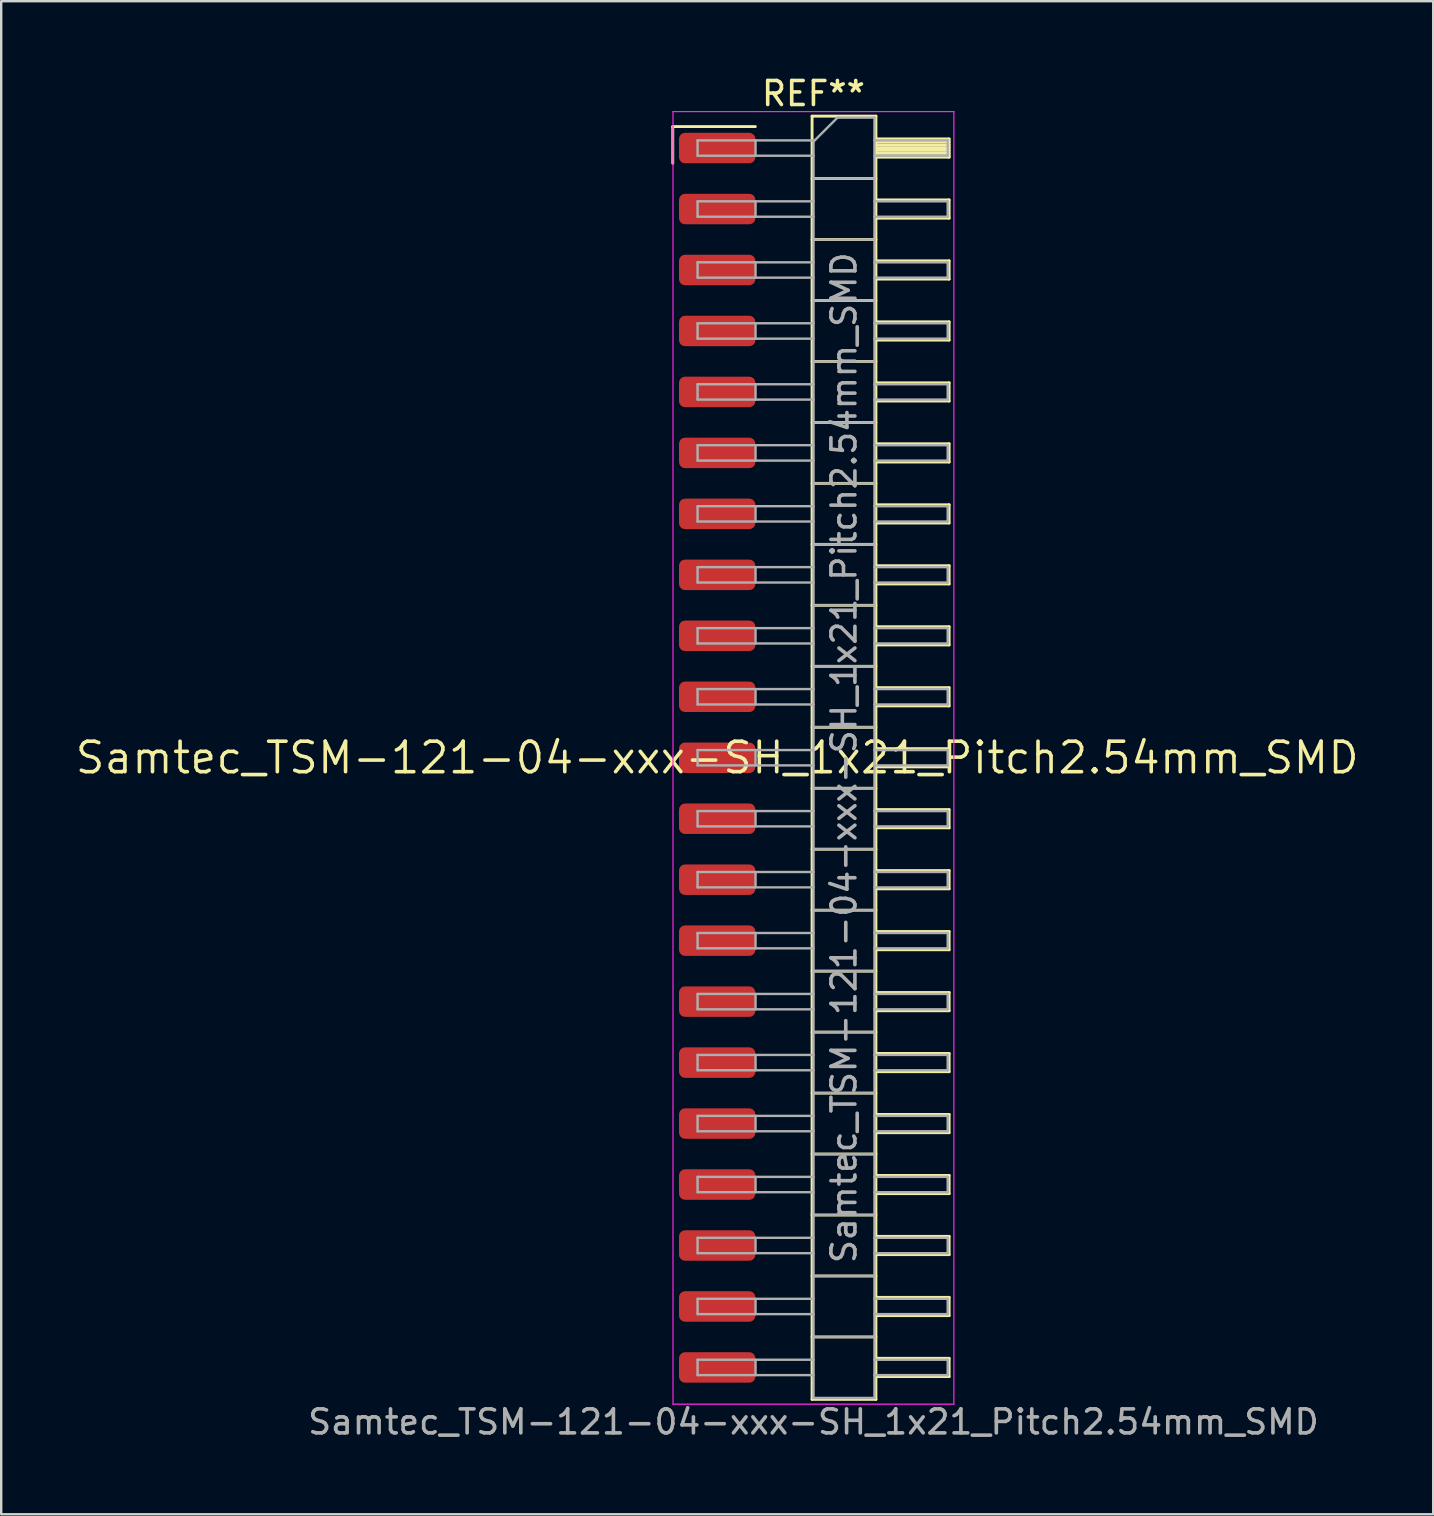
<source format=kicad_pcb>
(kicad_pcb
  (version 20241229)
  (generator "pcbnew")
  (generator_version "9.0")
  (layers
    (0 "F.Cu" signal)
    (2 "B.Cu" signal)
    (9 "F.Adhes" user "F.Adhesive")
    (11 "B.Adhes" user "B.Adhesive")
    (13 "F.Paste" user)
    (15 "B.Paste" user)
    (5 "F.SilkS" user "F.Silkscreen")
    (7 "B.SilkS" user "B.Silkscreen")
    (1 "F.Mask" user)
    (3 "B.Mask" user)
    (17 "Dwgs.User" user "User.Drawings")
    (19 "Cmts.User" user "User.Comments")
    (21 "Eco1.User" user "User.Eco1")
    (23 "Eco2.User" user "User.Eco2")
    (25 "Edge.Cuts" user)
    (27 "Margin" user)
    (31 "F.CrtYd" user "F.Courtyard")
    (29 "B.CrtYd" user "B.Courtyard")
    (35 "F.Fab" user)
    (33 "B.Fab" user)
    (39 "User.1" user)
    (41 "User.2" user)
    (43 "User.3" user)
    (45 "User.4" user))
  (footprint "Samtec_TSM-121-04-xxx-SH_1x21_Pitch2.54mm_SMD"
    (layer "F.Cu")
    (at 26.828 28.518)
    (property "Reference" "Samtec_TSM-121-04-xxx-SH_1x21_Pitch2.54mm_SMD" (at 0 0 0) (layer "F.SilkS") (effects (font (size 1.27 1.27) (thickness 0.15))))
    (attr smd)
    (fp_line (start -1.85 -26.295) (end 1.59 -26.295) (stroke (width 0.12) (type solid)) (layer "F.SilkS"))
    (fp_line (start -1.85 -24.765) (end -1.85 -26.295) (stroke (width 0.12) (type solid)) (layer "F.SilkS"))
    (fp_line (start 3.953 -26.73) (end 6.613 -26.73) (stroke (width 0.12) (type solid)) (layer "F.SilkS"))
    (fp_line (start 3.953 -24.13) (end 6.613 -24.13) (stroke (width 0.12) (type solid)) (layer "F.SilkS"))
    (fp_line (start 3.953 -21.59) (end 6.613 -21.59) (stroke (width 0.12) (type solid)) (layer "F.SilkS"))
    (fp_line (start 3.953 -19.05) (end 6.613 -19.05) (stroke (width 0.12) (type solid)) (layer "F.SilkS"))
    (fp_line (start 3.953 -16.51) (end 6.613 -16.51) (stroke (width 0.12) (type solid)) (layer "F.SilkS"))
    (fp_line (start 3.953 -13.97) (end 6.613 -13.97) (stroke (width 0.12) (type solid)) (layer "F.SilkS"))
    (fp_line (start 3.953 -11.43) (end 6.613 -11.43) (stroke (width 0.12) (type solid)) (layer "F.SilkS"))
    (fp_line (start 3.953 -8.89) (end 6.613 -8.89) (stroke (width 0.12) (type solid)) (layer "F.SilkS"))
    (fp_line (start 3.953 -6.35) (end 6.613 -6.35) (stroke (width 0.12) (type solid)) (layer "F.SilkS"))
    (fp_line (start 3.953 -3.81) (end 6.613 -3.81) (stroke (width 0.12) (type solid)) (layer "F.SilkS"))
    (fp_line (start 3.953 -1.27) (end 6.613 -1.27) (stroke (width 0.12) (type solid)) (layer "F.SilkS"))
    (fp_line (start 3.953 1.27) (end 6.613 1.27) (stroke (width 0.12) (type solid)) (layer "F.SilkS"))
    (fp_line (start 3.953 3.81) (end 6.613 3.81) (stroke (width 0.12) (type solid)) (layer "F.SilkS"))
    (fp_line (start 3.953 6.35) (end 6.613 6.35) (stroke (width 0.12) (type solid)) (layer "F.SilkS"))
    (fp_line (start 3.953 8.89) (end 6.613 8.89) (stroke (width 0.12) (type solid)) (layer "F.SilkS"))
    (fp_line (start 3.953 11.43) (end 6.613 11.43) (stroke (width 0.12) (type solid)) (layer "F.SilkS"))
    (fp_line (start 3.953 13.97) (end 6.613 13.97) (stroke (width 0.12) (type solid)) (layer "F.SilkS"))
    (fp_line (start 3.953 16.51) (end 6.613 16.51) (stroke (width 0.12) (type solid)) (layer "F.SilkS"))
    (fp_line (start 3.953 19.05) (end 6.613 19.05) (stroke (width 0.12) (type solid)) (layer "F.SilkS"))
    (fp_line (start 3.953 21.59) (end 6.613 21.59) (stroke (width 0.12) (type solid)) (layer "F.SilkS"))
    (fp_line (start 3.953 24.13) (end 6.613 24.13) (stroke (width 0.12) (type solid)) (layer "F.SilkS"))
    (fp_line (start 3.953 26.73) (end 3.953 -26.73) (stroke (width 0.12) (type solid)) (layer "F.SilkS"))
    (fp_line (start 6.613 -26.73) (end 6.613 26.73) (stroke (width 0.12) (type solid)) (layer "F.SilkS"))
    (fp_line (start 6.613 -25.78) (end 9.663 -25.78) (stroke (width 0.12) (type solid)) (layer "F.SilkS"))
    (fp_line (start 6.613 -25.66) (end 9.663 -25.66) (stroke (width 0.12) (type solid)) (layer "F.SilkS"))
    (fp_line (start 6.613 -25.54) (end 9.663 -25.54) (stroke (width 0.12) (type solid)) (layer "F.SilkS"))
    (fp_line (start 6.613 -25.42) (end 9.663 -25.42) (stroke (width 0.12) (type solid)) (layer "F.SilkS"))
    (fp_line (start 6.613 -25.3) (end 9.663 -25.3) (stroke (width 0.12) (type solid)) (layer "F.SilkS"))
    (fp_line (start 6.613 -25.18) (end 9.663 -25.18) (stroke (width 0.12) (type solid)) (layer "F.SilkS"))
    (fp_line (start 6.613 -25.06) (end 9.663 -25.06) (stroke (width 0.12) (type solid)) (layer "F.SilkS"))
    (fp_line (start 6.613 -25.02) (end 9.663 -25.02) (stroke (width 0.12) (type solid)) (layer "F.SilkS"))
    (fp_line (start 6.613 -23.24) (end 9.663 -23.24) (stroke (width 0.12) (type solid)) (layer "F.SilkS"))
    (fp_line (start 6.613 -22.48) (end 9.663 -22.48) (stroke (width 0.12) (type solid)) (layer "F.SilkS"))
    (fp_line (start 6.613 -20.7) (end 9.663 -20.7) (stroke (width 0.12) (type solid)) (layer "F.SilkS"))
    (fp_line (start 6.613 -19.94) (end 9.663 -19.94) (stroke (width 0.12) (type solid)) (layer "F.SilkS"))
    (fp_line (start 6.613 -18.16) (end 9.663 -18.16) (stroke (width 0.12) (type solid)) (layer "F.SilkS"))
    (fp_line (start 6.613 -17.4) (end 9.663 -17.4) (stroke (width 0.12) (type solid)) (layer "F.SilkS"))
    (fp_line (start 6.613 -15.62) (end 9.663 -15.62) (stroke (width 0.12) (type solid)) (layer "F.SilkS"))
    (fp_line (start 6.613 -14.86) (end 9.663 -14.86) (stroke (width 0.12) (type solid)) (layer "F.SilkS"))
    (fp_line (start 6.613 -13.08) (end 9.663 -13.08) (stroke (width 0.12) (type solid)) (layer "F.SilkS"))
    (fp_line (start 6.613 -12.32) (end 9.663 -12.32) (stroke (width 0.12) (type solid)) (layer "F.SilkS"))
    (fp_line (start 6.613 -10.54) (end 9.663 -10.54) (stroke (width 0.12) (type solid)) (layer "F.SilkS"))
    (fp_line (start 6.613 -9.78) (end 9.663 -9.78) (stroke (width 0.12) (type solid)) (layer "F.SilkS"))
    (fp_line (start 6.613 -8) (end 9.663 -8) (stroke (width 0.12) (type solid)) (layer "F.SilkS"))
    (fp_line (start 6.613 -7.24) (end 9.663 -7.24) (stroke (width 0.12) (type solid)) (layer "F.SilkS"))
    (fp_line (start 6.613 -5.46) (end 9.663 -5.46) (stroke (width 0.12) (type solid)) (layer "F.SilkS"))
    (fp_line (start 6.613 -4.7) (end 9.663 -4.7) (stroke (width 0.12) (type solid)) (layer "F.SilkS"))
    (fp_line (start 6.613 -2.92) (end 9.663 -2.92) (stroke (width 0.12) (type solid)) (layer "F.SilkS"))
    (fp_line (start 6.613 -2.16) (end 9.663 -2.16) (stroke (width 0.12) (type solid)) (layer "F.SilkS"))
    (fp_line (start 6.613 -0.38) (end 9.663 -0.38) (stroke (width 0.12) (type solid)) (layer "F.SilkS"))
    (fp_line (start 6.613 0.38) (end 9.663 0.38) (stroke (width 0.12) (type solid)) (layer "F.SilkS"))
    (fp_line (start 6.613 2.16) (end 9.663 2.16) (stroke (width 0.12) (type solid)) (layer "F.SilkS"))
    (fp_line (start 6.613 2.92) (end 9.663 2.92) (stroke (width 0.12) (type solid)) (layer "F.SilkS"))
    (fp_line (start 6.613 4.7) (end 9.663 4.7) (stroke (width 0.12) (type solid)) (layer "F.SilkS"))
    (fp_line (start 6.613 5.46) (end 9.663 5.46) (stroke (width 0.12) (type solid)) (layer "F.SilkS"))
    (fp_line (start 6.613 7.24) (end 9.663 7.24) (stroke (width 0.12) (type solid)) (layer "F.SilkS"))
    (fp_line (start 6.613 8) (end 9.663 8) (stroke (width 0.12) (type solid)) (layer "F.SilkS"))
    (fp_line (start 6.613 9.78) (end 9.663 9.78) (stroke (width 0.12) (type solid)) (layer "F.SilkS"))
    (fp_line (start 6.613 10.54) (end 9.663 10.54) (stroke (width 0.12) (type solid)) (layer "F.SilkS"))
    (fp_line (start 6.613 12.32) (end 9.663 12.32) (stroke (width 0.12) (type solid)) (layer "F.SilkS"))
    (fp_line (start 6.613 13.08) (end 9.663 13.08) (stroke (width 0.12) (type solid)) (layer "F.SilkS"))
    (fp_line (start 6.613 14.86) (end 9.663 14.86) (stroke (width 0.12) (type solid)) (layer "F.SilkS"))
    (fp_line (start 6.613 15.62) (end 9.663 15.62) (stroke (width 0.12) (type solid)) (layer "F.SilkS"))
    (fp_line (start 6.613 17.4) (end 9.663 17.4) (stroke (width 0.12) (type solid)) (layer "F.SilkS"))
    (fp_line (start 6.613 18.16) (end 9.663 18.16) (stroke (width 0.12) (type solid)) (layer "F.SilkS"))
    (fp_line (start 6.613 19.94) (end 9.663 19.94) (stroke (width 0.12) (type solid)) (layer "F.SilkS"))
    (fp_line (start 6.613 20.7) (end 9.663 20.7) (stroke (width 0.12) (type solid)) (layer "F.SilkS"))
    (fp_line (start 6.613 22.48) (end 9.663 22.48) (stroke (width 0.12) (type solid)) (layer "F.SilkS"))
    (fp_line (start 6.613 23.24) (end 9.663 23.24) (stroke (width 0.12) (type solid)) (layer "F.SilkS"))
    (fp_line (start 6.613 25.02) (end 9.663 25.02) (stroke (width 0.12) (type solid)) (layer "F.SilkS"))
    (fp_line (start 6.613 25.78) (end 9.663 25.78) (stroke (width 0.12) (type solid)) (layer "F.SilkS"))
    (fp_line (start 6.613 26.73) (end 3.953 26.73) (stroke (width 0.12) (type solid)) (layer "F.SilkS"))
    (fp_line (start 9.663 -25.78) (end 9.663 -25.02) (stroke (width 0.12) (type solid)) (layer "F.SilkS"))
    (fp_line (start 9.663 -23.24) (end 9.663 -22.48) (stroke (width 0.12) (type solid)) (layer "F.SilkS"))
    (fp_line (start 9.663 -20.7) (end 9.663 -19.94) (stroke (width 0.12) (type solid)) (layer "F.SilkS"))
    (fp_line (start 9.663 -18.16) (end 9.663 -17.4) (stroke (width 0.12) (type solid)) (layer "F.SilkS"))
    (fp_line (start 9.663 -15.62) (end 9.663 -14.86) (stroke (width 0.12) (type solid)) (layer "F.SilkS"))
    (fp_line (start 9.663 -13.08) (end 9.663 -12.32) (stroke (width 0.12) (type solid)) (layer "F.SilkS"))
    (fp_line (start 9.663 -10.54) (end 9.663 -9.78) (stroke (width 0.12) (type solid)) (layer "F.SilkS"))
    (fp_line (start 9.663 -8) (end 9.663 -7.24) (stroke (width 0.12) (type solid)) (layer "F.SilkS"))
    (fp_line (start 9.663 -5.46) (end 9.663 -4.7) (stroke (width 0.12) (type solid)) (layer "F.SilkS"))
    (fp_line (start 9.663 -2.92) (end 9.663 -2.16) (stroke (width 0.12) (type solid)) (layer "F.SilkS"))
    (fp_line (start 9.663 -0.38) (end 9.663 0.38) (stroke (width 0.12) (type solid)) (layer "F.SilkS"))
    (fp_line (start 9.663 2.16) (end 9.663 2.92) (stroke (width 0.12) (type solid)) (layer "F.SilkS"))
    (fp_line (start 9.663 4.7) (end 9.663 5.46) (stroke (width 0.12) (type solid)) (layer "F.SilkS"))
    (fp_line (start 9.663 7.24) (end 9.663 8) (stroke (width 0.12) (type solid)) (layer "F.SilkS"))
    (fp_line (start 9.663 9.78) (end 9.663 10.54) (stroke (width 0.12) (type solid)) (layer "F.SilkS"))
    (fp_line (start 9.663 12.32) (end 9.663 13.08) (stroke (width 0.12) (type solid)) (layer "F.SilkS"))
    (fp_line (start 9.663 14.86) (end 9.663 15.62) (stroke (width 0.12) (type solid)) (layer "F.SilkS"))
    (fp_line (start 9.663 17.4) (end 9.663 18.16) (stroke (width 0.12) (type solid)) (layer "F.SilkS"))
    (fp_line (start 9.663 19.94) (end 9.663 20.7) (stroke (width 0.12) (type solid)) (layer "F.SilkS"))
    (fp_line (start 9.663 22.48) (end 9.663 23.24) (stroke (width 0.12) (type solid)) (layer "F.SilkS"))
    (fp_line (start 9.663 25.02) (end 9.663 25.78) (stroke (width 0.12) (type solid)) (layer "F.SilkS"))
    (fp_line (start -1.84 -26.92) (end 9.86 -26.92) (stroke (width 0.05) (type solid)) (layer "F.CrtYd"))
    (fp_line (start -1.84 26.93) (end -1.84 -26.92) (stroke (width 0.05) (type solid)) (layer "F.CrtYd"))
    (fp_line (start 9.86 -26.92) (end 9.86 26.93) (stroke (width 0.05) (type solid)) (layer "F.CrtYd"))
    (fp_line (start 9.86 26.93) (end -1.84 26.93) (stroke (width 0.05) (type solid)) (layer "F.CrtYd"))
    (fp_line (start -0.817 -25.72) (end -0.817 -25.08) (stroke (width 0.1) (type solid)) (layer "F.Fab"))
    (fp_line (start -0.817 -25.72) (end 4.013 -25.72) (stroke (width 0.1) (type solid)) (layer "F.Fab"))
    (fp_line (start -0.817 -25.08) (end 4.013 -25.08) (stroke (width 0.1) (type solid)) (layer "F.Fab"))
    (fp_line (start -0.817 -23.18) (end -0.817 -22.54) (stroke (width 0.1) (type solid)) (layer "F.Fab"))
    (fp_line (start -0.817 -23.18) (end 4.013 -23.18) (stroke (width 0.1) (type solid)) (layer "F.Fab"))
    (fp_line (start -0.817 -22.54) (end 4.013 -22.54) (stroke (width 0.1) (type solid)) (layer "F.Fab"))
    (fp_line (start -0.817 -20.64) (end -0.817 -20) (stroke (width 0.1) (type solid)) (layer "F.Fab"))
    (fp_line (start -0.817 -20.64) (end 4.013 -20.64) (stroke (width 0.1) (type solid)) (layer "F.Fab"))
    (fp_line (start -0.817 -20) (end 4.013 -20) (stroke (width 0.1) (type solid)) (layer "F.Fab"))
    (fp_line (start -0.817 -18.1) (end -0.817 -17.46) (stroke (width 0.1) (type solid)) (layer "F.Fab"))
    (fp_line (start -0.817 -18.1) (end 4.013 -18.1) (stroke (width 0.1) (type solid)) (layer "F.Fab"))
    (fp_line (start -0.817 -17.46) (end 4.013 -17.46) (stroke (width 0.1) (type solid)) (layer "F.Fab"))
    (fp_line (start -0.817 -15.56) (end -0.817 -14.92) (stroke (width 0.1) (type solid)) (layer "F.Fab"))
    (fp_line (start -0.817 -15.56) (end 4.013 -15.56) (stroke (width 0.1) (type solid)) (layer "F.Fab"))
    (fp_line (start -0.817 -14.92) (end 4.013 -14.92) (stroke (width 0.1) (type solid)) (layer "F.Fab"))
    (fp_line (start -0.817 -13.02) (end -0.817 -12.38) (stroke (width 0.1) (type solid)) (layer "F.Fab"))
    (fp_line (start -0.817 -13.02) (end 4.013 -13.02) (stroke (width 0.1) (type solid)) (layer "F.Fab"))
    (fp_line (start -0.817 -12.38) (end 4.013 -12.38) (stroke (width 0.1) (type solid)) (layer "F.Fab"))
    (fp_line (start -0.817 -10.48) (end -0.817 -9.84) (stroke (width 0.1) (type solid)) (layer "F.Fab"))
    (fp_line (start -0.817 -10.48) (end 4.013 -10.48) (stroke (width 0.1) (type solid)) (layer "F.Fab"))
    (fp_line (start -0.817 -9.84) (end 4.013 -9.84) (stroke (width 0.1) (type solid)) (layer "F.Fab"))
    (fp_line (start -0.817 -7.94) (end -0.817 -7.3) (stroke (width 0.1) (type solid)) (layer "F.Fab"))
    (fp_line (start -0.817 -7.94) (end 4.013 -7.94) (stroke (width 0.1) (type solid)) (layer "F.Fab"))
    (fp_line (start -0.817 -7.3) (end 4.013 -7.3) (stroke (width 0.1) (type solid)) (layer "F.Fab"))
    (fp_line (start -0.817 -5.4) (end -0.817 -4.76) (stroke (width 0.1) (type solid)) (layer "F.Fab"))
    (fp_line (start -0.817 -5.4) (end 4.013 -5.4) (stroke (width 0.1) (type solid)) (layer "F.Fab"))
    (fp_line (start -0.817 -4.76) (end 4.013 -4.76) (stroke (width 0.1) (type solid)) (layer "F.Fab"))
    (fp_line (start -0.817 -2.86) (end -0.817 -2.22) (stroke (width 0.1) (type solid)) (layer "F.Fab"))
    (fp_line (start -0.817 -2.86) (end 4.013 -2.86) (stroke (width 0.1) (type solid)) (layer "F.Fab"))
    (fp_line (start -0.817 -2.22) (end 4.013 -2.22) (stroke (width 0.1) (type solid)) (layer "F.Fab"))
    (fp_line (start -0.817 -0.32) (end -0.817 0.32) (stroke (width 0.1) (type solid)) (layer "F.Fab"))
    (fp_line (start -0.817 -0.32) (end 4.013 -0.32) (stroke (width 0.1) (type solid)) (layer "F.Fab"))
    (fp_line (start -0.817 0.32) (end 4.013 0.32) (stroke (width 0.1) (type solid)) (layer "F.Fab"))
    (fp_line (start -0.817 2.22) (end -0.817 2.86) (stroke (width 0.1) (type solid)) (layer "F.Fab"))
    (fp_line (start -0.817 2.22) (end 4.013 2.22) (stroke (width 0.1) (type solid)) (layer "F.Fab"))
    (fp_line (start -0.817 2.86) (end 4.013 2.86) (stroke (width 0.1) (type solid)) (layer "F.Fab"))
    (fp_line (start -0.817 4.76) (end -0.817 5.4) (stroke (width 0.1) (type solid)) (layer "F.Fab"))
    (fp_line (start -0.817 4.76) (end 4.013 4.76) (stroke (width 0.1) (type solid)) (layer "F.Fab"))
    (fp_line (start -0.817 5.4) (end 4.013 5.4) (stroke (width 0.1) (type solid)) (layer "F.Fab"))
    (fp_line (start -0.817 7.3) (end -0.817 7.94) (stroke (width 0.1) (type solid)) (layer "F.Fab"))
    (fp_line (start -0.817 7.3) (end 4.013 7.3) (stroke (width 0.1) (type solid)) (layer "F.Fab"))
    (fp_line (start -0.817 7.94) (end 4.013 7.94) (stroke (width 0.1) (type solid)) (layer "F.Fab"))
    (fp_line (start -0.817 9.84) (end -0.817 10.48) (stroke (width 0.1) (type solid)) (layer "F.Fab"))
    (fp_line (start -0.817 9.84) (end 4.013 9.84) (stroke (width 0.1) (type solid)) (layer "F.Fab"))
    (fp_line (start -0.817 10.48) (end 4.013 10.48) (stroke (width 0.1) (type solid)) (layer "F.Fab"))
    (fp_line (start -0.817 12.38) (end -0.817 13.02) (stroke (width 0.1) (type solid)) (layer "F.Fab"))
    (fp_line (start -0.817 12.38) (end 4.013 12.38) (stroke (width 0.1) (type solid)) (layer "F.Fab"))
    (fp_line (start -0.817 13.02) (end 4.013 13.02) (stroke (width 0.1) (type solid)) (layer "F.Fab"))
    (fp_line (start -0.817 14.92) (end -0.817 15.56) (stroke (width 0.1) (type solid)) (layer "F.Fab"))
    (fp_line (start -0.817 14.92) (end 4.013 14.92) (stroke (width 0.1) (type solid)) (layer "F.Fab"))
    (fp_line (start -0.817 15.56) (end 4.013 15.56) (stroke (width 0.1) (type solid)) (layer "F.Fab"))
    (fp_line (start -0.817 17.46) (end -0.817 18.1) (stroke (width 0.1) (type solid)) (layer "F.Fab"))
    (fp_line (start -0.817 17.46) (end 4.013 17.46) (stroke (width 0.1) (type solid)) (layer "F.Fab"))
    (fp_line (start -0.817 18.1) (end 4.013 18.1) (stroke (width 0.1) (type solid)) (layer "F.Fab"))
    (fp_line (start -0.817 20) (end -0.817 20.64) (stroke (width 0.1) (type solid)) (layer "F.Fab"))
    (fp_line (start -0.817 20) (end 4.013 20) (stroke (width 0.1) (type solid)) (layer "F.Fab"))
    (fp_line (start -0.817 20.64) (end 4.013 20.64) (stroke (width 0.1) (type solid)) (layer "F.Fab"))
    (fp_line (start -0.817 22.54) (end -0.817 23.18) (stroke (width 0.1) (type solid)) (layer "F.Fab"))
    (fp_line (start -0.817 22.54) (end 4.013 22.54) (stroke (width 0.1) (type solid)) (layer "F.Fab"))
    (fp_line (start -0.817 23.18) (end 4.013 23.18) (stroke (width 0.1) (type solid)) (layer "F.Fab"))
    (fp_line (start -0.817 25.08) (end -0.817 25.72) (stroke (width 0.1) (type solid)) (layer "F.Fab"))
    (fp_line (start -0.817 25.08) (end 4.013 25.08) (stroke (width 0.1) (type solid)) (layer "F.Fab"))
    (fp_line (start -0.817 25.72) (end 4.013 25.72) (stroke (width 0.1) (type solid)) (layer "F.Fab"))
    (fp_line (start 1.598 -25.72) (end 1.598 -25.08) (stroke (width 0.1) (type solid)) (layer "F.Fab"))
    (fp_line (start 1.598 -23.18) (end 1.598 -22.54) (stroke (width 0.1) (type solid)) (layer "F.Fab"))
    (fp_line (start 1.598 -20.64) (end 1.598 -20) (stroke (width 0.1) (type solid)) (layer "F.Fab"))
    (fp_line (start 1.598 -18.1) (end 1.598 -17.46) (stroke (width 0.1) (type solid)) (layer "F.Fab"))
    (fp_line (start 1.598 -15.56) (end 1.598 -14.92) (stroke (width 0.1) (type solid)) (layer "F.Fab"))
    (fp_line (start 1.598 -13.02) (end 1.598 -12.38) (stroke (width 0.1) (type solid)) (layer "F.Fab"))
    (fp_line (start 1.598 -10.48) (end 1.598 -9.84) (stroke (width 0.1) (type solid)) (layer "F.Fab"))
    (fp_line (start 1.598 -7.94) (end 1.598 -7.3) (stroke (width 0.1) (type solid)) (layer "F.Fab"))
    (fp_line (start 1.598 -5.4) (end 1.598 -4.76) (stroke (width 0.1) (type solid)) (layer "F.Fab"))
    (fp_line (start 1.598 -2.86) (end 1.598 -2.22) (stroke (width 0.1) (type solid)) (layer "F.Fab"))
    (fp_line (start 1.598 -0.32) (end 1.598 0.32) (stroke (width 0.1) (type solid)) (layer "F.Fab"))
    (fp_line (start 1.598 2.22) (end 1.598 2.86) (stroke (width 0.1) (type solid)) (layer "F.Fab"))
    (fp_line (start 1.598 4.76) (end 1.598 5.4) (stroke (width 0.1) (type solid)) (layer "F.Fab"))
    (fp_line (start 1.598 7.3) (end 1.598 7.94) (stroke (width 0.1) (type solid)) (layer "F.Fab"))
    (fp_line (start 1.598 9.84) (end 1.598 10.48) (stroke (width 0.1) (type solid)) (layer "F.Fab"))
    (fp_line (start 1.598 12.38) (end 1.598 13.02) (stroke (width 0.1) (type solid)) (layer "F.Fab"))
    (fp_line (start 1.598 14.92) (end 1.598 15.56) (stroke (width 0.1) (type solid)) (layer "F.Fab"))
    (fp_line (start 1.598 17.46) (end 1.598 18.1) (stroke (width 0.1) (type solid)) (layer "F.Fab"))
    (fp_line (start 1.598 20) (end 1.598 20.64) (stroke (width 0.1) (type solid)) (layer "F.Fab"))
    (fp_line (start 1.598 22.54) (end 1.598 23.18) (stroke (width 0.1) (type solid)) (layer "F.Fab"))
    (fp_line (start 1.598 25.08) (end 1.598 25.72) (stroke (width 0.1) (type solid)) (layer "F.Fab"))
    (fp_line (start 4.013 -25.67) (end 5.013 -26.67) (stroke (width 0.1) (type solid)) (layer "F.Fab"))
    (fp_line (start 4.013 -24.13) (end 6.553 -24.13) (stroke (width 0.1) (type solid)) (layer "F.Fab"))
    (fp_line (start 4.013 -21.59) (end 6.553 -21.59) (stroke (width 0.1) (type solid)) (layer "F.Fab"))
    (fp_line (start 4.013 -19.05) (end 6.553 -19.05) (stroke (width 0.1) (type solid)) (layer "F.Fab"))
    (fp_line (start 4.013 -16.51) (end 6.553 -16.51) (stroke (width 0.1) (type solid)) (layer "F.Fab"))
    (fp_line (start 4.013 -13.97) (end 6.553 -13.97) (stroke (width 0.1) (type solid)) (layer "F.Fab"))
    (fp_line (start 4.013 -11.43) (end 6.553 -11.43) (stroke (width 0.1) (type solid)) (layer "F.Fab"))
    (fp_line (start 4.013 -8.89) (end 6.553 -8.89) (stroke (width 0.1) (type solid)) (layer "F.Fab"))
    (fp_line (start 4.013 -6.35) (end 6.553 -6.35) (stroke (width 0.1) (type solid)) (layer "F.Fab"))
    (fp_line (start 4.013 -3.81) (end 6.553 -3.81) (stroke (width 0.1) (type solid)) (layer "F.Fab"))
    (fp_line (start 4.013 -1.27) (end 6.553 -1.27) (stroke (width 0.1) (type solid)) (layer "F.Fab"))
    (fp_line (start 4.013 1.27) (end 6.553 1.27) (stroke (width 0.1) (type solid)) (layer "F.Fab"))
    (fp_line (start 4.013 3.81) (end 6.553 3.81) (stroke (width 0.1) (type solid)) (layer "F.Fab"))
    (fp_line (start 4.013 6.35) (end 6.553 6.35) (stroke (width 0.1) (type solid)) (layer "F.Fab"))
    (fp_line (start 4.013 8.89) (end 6.553 8.89) (stroke (width 0.1) (type solid)) (layer "F.Fab"))
    (fp_line (start 4.013 11.43) (end 6.553 11.43) (stroke (width 0.1) (type solid)) (layer "F.Fab"))
    (fp_line (start 4.013 13.97) (end 6.553 13.97) (stroke (width 0.1) (type solid)) (layer "F.Fab"))
    (fp_line (start 4.013 16.51) (end 6.553 16.51) (stroke (width 0.1) (type solid)) (layer "F.Fab"))
    (fp_line (start 4.013 19.05) (end 6.553 19.05) (stroke (width 0.1) (type solid)) (layer "F.Fab"))
    (fp_line (start 4.013 21.59) (end 6.553 21.59) (stroke (width 0.1) (type solid)) (layer "F.Fab"))
    (fp_line (start 4.013 24.13) (end 6.553 24.13) (stroke (width 0.1) (type solid)) (layer "F.Fab"))
    (fp_line (start 4.013 26.67) (end 4.013 -25.67) (stroke (width 0.1) (type solid)) (layer "F.Fab"))
    (fp_line (start 5.013 -26.67) (end 6.553 -26.67) (stroke (width 0.1) (type solid)) (layer "F.Fab"))
    (fp_line (start 6.553 -26.67) (end 6.553 26.67) (stroke (width 0.1) (type solid)) (layer "F.Fab"))
    (fp_line (start 6.553 -25.72) (end 9.603 -25.72) (stroke (width 0.1) (type solid)) (layer "F.Fab"))
    (fp_line (start 6.553 -25.08) (end 9.603 -25.08) (stroke (width 0.1) (type solid)) (layer "F.Fab"))
    (fp_line (start 6.553 -23.18) (end 9.603 -23.18) (stroke (width 0.1) (type solid)) (layer "F.Fab"))
    (fp_line (start 6.553 -22.54) (end 9.603 -22.54) (stroke (width 0.1) (type solid)) (layer "F.Fab"))
    (fp_line (start 6.553 -20.64) (end 9.603 -20.64) (stroke (width 0.1) (type solid)) (layer "F.Fab"))
    (fp_line (start 6.553 -20) (end 9.603 -20) (stroke (width 0.1) (type solid)) (layer "F.Fab"))
    (fp_line (start 6.553 -18.1) (end 9.603 -18.1) (stroke (width 0.1) (type solid)) (layer "F.Fab"))
    (fp_line (start 6.553 -17.46) (end 9.603 -17.46) (stroke (width 0.1) (type solid)) (layer "F.Fab"))
    (fp_line (start 6.553 -15.56) (end 9.603 -15.56) (stroke (width 0.1) (type solid)) (layer "F.Fab"))
    (fp_line (start 6.553 -14.92) (end 9.603 -14.92) (stroke (width 0.1) (type solid)) (layer "F.Fab"))
    (fp_line (start 6.553 -13.02) (end 9.603 -13.02) (stroke (width 0.1) (type solid)) (layer "F.Fab"))
    (fp_line (start 6.553 -12.38) (end 9.603 -12.38) (stroke (width 0.1) (type solid)) (layer "F.Fab"))
    (fp_line (start 6.553 -10.48) (end 9.603 -10.48) (stroke (width 0.1) (type solid)) (layer "F.Fab"))
    (fp_line (start 6.553 -9.84) (end 9.603 -9.84) (stroke (width 0.1) (type solid)) (layer "F.Fab"))
    (fp_line (start 6.553 -7.94) (end 9.603 -7.94) (stroke (width 0.1) (type solid)) (layer "F.Fab"))
    (fp_line (start 6.553 -7.3) (end 9.603 -7.3) (stroke (width 0.1) (type solid)) (layer "F.Fab"))
    (fp_line (start 6.553 -5.4) (end 9.603 -5.4) (stroke (width 0.1) (type solid)) (layer "F.Fab"))
    (fp_line (start 6.553 -4.76) (end 9.603 -4.76) (stroke (width 0.1) (type solid)) (layer "F.Fab"))
    (fp_line (start 6.553 -2.86) (end 9.603 -2.86) (stroke (width 0.1) (type solid)) (layer "F.Fab"))
    (fp_line (start 6.553 -2.22) (end 9.603 -2.22) (stroke (width 0.1) (type solid)) (layer "F.Fab"))
    (fp_line (start 6.553 -0.32) (end 9.603 -0.32) (stroke (width 0.1) (type solid)) (layer "F.Fab"))
    (fp_line (start 6.553 0.32) (end 9.603 0.32) (stroke (width 0.1) (type solid)) (layer "F.Fab"))
    (fp_line (start 6.553 2.22) (end 9.603 2.22) (stroke (width 0.1) (type solid)) (layer "F.Fab"))
    (fp_line (start 6.553 2.86) (end 9.603 2.86) (stroke (width 0.1) (type solid)) (layer "F.Fab"))
    (fp_line (start 6.553 4.76) (end 9.603 4.76) (stroke (width 0.1) (type solid)) (layer "F.Fab"))
    (fp_line (start 6.553 5.4) (end 9.603 5.4) (stroke (width 0.1) (type solid)) (layer "F.Fab"))
    (fp_line (start 6.553 7.3) (end 9.603 7.3) (stroke (width 0.1) (type solid)) (layer "F.Fab"))
    (fp_line (start 6.553 7.94) (end 9.603 7.94) (stroke (width 0.1) (type solid)) (layer "F.Fab"))
    (fp_line (start 6.553 9.84) (end 9.603 9.84) (stroke (width 0.1) (type solid)) (layer "F.Fab"))
    (fp_line (start 6.553 10.48) (end 9.603 10.48) (stroke (width 0.1) (type solid)) (layer "F.Fab"))
    (fp_line (start 6.553 12.38) (end 9.603 12.38) (stroke (width 0.1) (type solid)) (layer "F.Fab"))
    (fp_line (start 6.553 13.02) (end 9.603 13.02) (stroke (width 0.1) (type solid)) (layer "F.Fab"))
    (fp_line (start 6.553 14.92) (end 9.603 14.92) (stroke (width 0.1) (type solid)) (layer "F.Fab"))
    (fp_line (start 6.553 15.56) (end 9.603 15.56) (stroke (width 0.1) (type solid)) (layer "F.Fab"))
    (fp_line (start 6.553 17.46) (end 9.603 17.46) (stroke (width 0.1) (type solid)) (layer "F.Fab"))
    (fp_line (start 6.553 18.1) (end 9.603 18.1) (stroke (width 0.1) (type solid)) (layer "F.Fab"))
    (fp_line (start 6.553 20) (end 9.603 20) (stroke (width 0.1) (type solid)) (layer "F.Fab"))
    (fp_line (start 6.553 20.64) (end 9.603 20.64) (stroke (width 0.1) (type solid)) (layer "F.Fab"))
    (fp_line (start 6.553 22.54) (end 9.603 22.54) (stroke (width 0.1) (type solid)) (layer "F.Fab"))
    (fp_line (start 6.553 23.18) (end 9.603 23.18) (stroke (width 0.1) (type solid)) (layer "F.Fab"))
    (fp_line (start 6.553 25.08) (end 9.603 25.08) (stroke (width 0.1) (type solid)) (layer "F.Fab"))
    (fp_line (start 6.553 25.72) (end 9.603 25.72) (stroke (width 0.1) (type solid)) (layer "F.Fab"))
    (fp_line (start 6.553 26.67) (end 4.013 26.67) (stroke (width 0.1) (type solid)) (layer "F.Fab"))
    (fp_line (start 9.603 -25.72) (end 9.603 -25.08) (stroke (width 0.1) (type solid)) (layer "F.Fab"))
    (fp_line (start 9.603 -23.18) (end 9.603 -22.54) (stroke (width 0.1) (type solid)) (layer "F.Fab"))
    (fp_line (start 9.603 -20.64) (end 9.603 -20) (stroke (width 0.1) (type solid)) (layer "F.Fab"))
    (fp_line (start 9.603 -18.1) (end 9.603 -17.46) (stroke (width 0.1) (type solid)) (layer "F.Fab"))
    (fp_line (start 9.603 -15.56) (end 9.603 -14.92) (stroke (width 0.1) (type solid)) (layer "F.Fab"))
    (fp_line (start 9.603 -13.02) (end 9.603 -12.38) (stroke (width 0.1) (type solid)) (layer "F.Fab"))
    (fp_line (start 9.603 -10.48) (end 9.603 -9.84) (stroke (width 0.1) (type solid)) (layer "F.Fab"))
    (fp_line (start 9.603 -7.94) (end 9.603 -7.3) (stroke (width 0.1) (type solid)) (layer "F.Fab"))
    (fp_line (start 9.603 -5.4) (end 9.603 -4.76) (stroke (width 0.1) (type solid)) (layer "F.Fab"))
    (fp_line (start 9.603 -2.86) (end 9.603 -2.22) (stroke (width 0.1) (type solid)) (layer "F.Fab"))
    (fp_line (start 9.603 -0.32) (end 9.603 0.32) (stroke (width 0.1) (type solid)) (layer "F.Fab"))
    (fp_line (start 9.603 2.22) (end 9.603 2.86) (stroke (width 0.1) (type solid)) (layer "F.Fab"))
    (fp_line (start 9.603 4.76) (end 9.603 5.4) (stroke (width 0.1) (type solid)) (layer "F.Fab"))
    (fp_line (start 9.603 7.3) (end 9.603 7.94) (stroke (width 0.1) (type solid)) (layer "F.Fab"))
    (fp_line (start 9.603 9.84) (end 9.603 10.48) (stroke (width 0.1) (type solid)) (layer "F.Fab"))
    (fp_line (start 9.603 12.38) (end 9.603 13.02) (stroke (width 0.1) (type solid)) (layer "F.Fab"))
    (fp_line (start 9.603 14.92) (end 9.603 15.56) (stroke (width 0.1) (type solid)) (layer "F.Fab"))
    (fp_line (start 9.603 17.46) (end 9.603 18.1) (stroke (width 0.1) (type solid)) (layer "F.Fab"))
    (fp_line (start 9.603 20) (end 9.603 20.64) (stroke (width 0.1) (type solid)) (layer "F.Fab"))
    (fp_line (start 9.603 22.54) (end 9.603 23.18) (stroke (width 0.1) (type solid)) (layer "F.Fab"))
    (fp_line (start 9.603 25.08) (end 9.603 25.72) (stroke (width 0.1) (type solid)) (layer "F.Fab"))
    (fp_text user "REF**" (at 4.01 -27.67 0) (layer "F.SilkS") (effects (font (size 1 1) (thickness 0.15))))
    (fp_text user "Samtec_TSM-121-04-xxx-SH_1x21_Pitch2.54mm_SMD" (at 4.01 27.67 0) (layer "F.Fab") (effects (font (size 1 1) (thickness 0.15))))
    (fp_text user "${REFERENCE}" (at 5.283 0 90) (layer "F.Fab") (effects (font (size 1 1) (thickness 0.15))))
    (pad "1" smd roundrect (at 0 -25.4) (size 3.18 1.27) (layers "F.Cu" "F.Mask" "F.Paste") (roundrect_rratio 0.197))
    (pad "2" smd roundrect (at 0 -22.86) (size 3.18 1.27) (layers "F.Cu" "F.Mask" "F.Paste") (roundrect_rratio 0.197))
    (pad "3" smd roundrect (at 0 -20.32) (size 3.18 1.27) (layers "F.Cu" "F.Mask" "F.Paste") (roundrect_rratio 0.197))
    (pad "4" smd roundrect (at 0 -17.78) (size 3.18 1.27) (layers "F.Cu" "F.Mask" "F.Paste") (roundrect_rratio 0.197))
    (pad "5" smd roundrect (at 0 -15.24) (size 3.18 1.27) (layers "F.Cu" "F.Mask" "F.Paste") (roundrect_rratio 0.197))
    (pad "6" smd roundrect (at 0 -12.7) (size 3.18 1.27) (layers "F.Cu" "F.Mask" "F.Paste") (roundrect_rratio 0.197))
    (pad "7" smd roundrect (at 0 -10.16) (size 3.18 1.27) (layers "F.Cu" "F.Mask" "F.Paste") (roundrect_rratio 0.197))
    (pad "8" smd roundrect (at 0 -7.62) (size 3.18 1.27) (layers "F.Cu" "F.Mask" "F.Paste") (roundrect_rratio 0.197))
    (pad "9" smd roundrect (at 0 -5.08) (size 3.18 1.27) (layers "F.Cu" "F.Mask" "F.Paste") (roundrect_rratio 0.197))
    (pad "10" smd roundrect (at 0 -2.54) (size 3.18 1.27) (layers "F.Cu" "F.Mask" "F.Paste") (roundrect_rratio 0.197))
    (pad "11" smd roundrect (at 0 0) (size 3.18 1.27) (layers "F.Cu" "F.Mask" "F.Paste") (roundrect_rratio 0.197))
    (pad "12" smd roundrect (at 0 2.54) (size 3.18 1.27) (layers "F.Cu" "F.Mask" "F.Paste") (roundrect_rratio 0.197))
    (pad "13" smd roundrect (at 0 5.08) (size 3.18 1.27) (layers "F.Cu" "F.Mask" "F.Paste") (roundrect_rratio 0.197))
    (pad "14" smd roundrect (at 0 7.62) (size 3.18 1.27) (layers "F.Cu" "F.Mask" "F.Paste") (roundrect_rratio 0.197))
    (pad "15" smd roundrect (at 0 10.16) (size 3.18 1.27) (layers "F.Cu" "F.Mask" "F.Paste") (roundrect_rratio 0.197))
    (pad "16" smd roundrect (at 0 12.7) (size 3.18 1.27) (layers "F.Cu" "F.Mask" "F.Paste") (roundrect_rratio 0.197))
    (pad "17" smd roundrect (at 0 15.24) (size 3.18 1.27) (layers "F.Cu" "F.Mask" "F.Paste") (roundrect_rratio 0.197))
    (pad "18" smd roundrect (at 0 17.78) (size 3.18 1.27) (layers "F.Cu" "F.Mask" "F.Paste") (roundrect_rratio 0.197))
    (pad "19" smd roundrect (at 0 20.32) (size 3.18 1.27) (layers "F.Cu" "F.Mask" "F.Paste") (roundrect_rratio 0.197))
    (pad "20" smd roundrect (at 0 22.86) (size 3.18 1.27) (layers "F.Cu" "F.Mask" "F.Paste") (roundrect_rratio 0.197))
    (pad "21" smd roundrect (at 0 25.4) (size 3.18 1.27) (layers "F.Cu" "F.Mask" "F.Paste") (roundrect_rratio 0.197)))
  (gr_rect
    (start -3 -3)
    (end 56.657 60.036)
    (stroke (width 0.1) (type default))
    (fill no)
    (layer "Edge.Cuts")))
</source>
